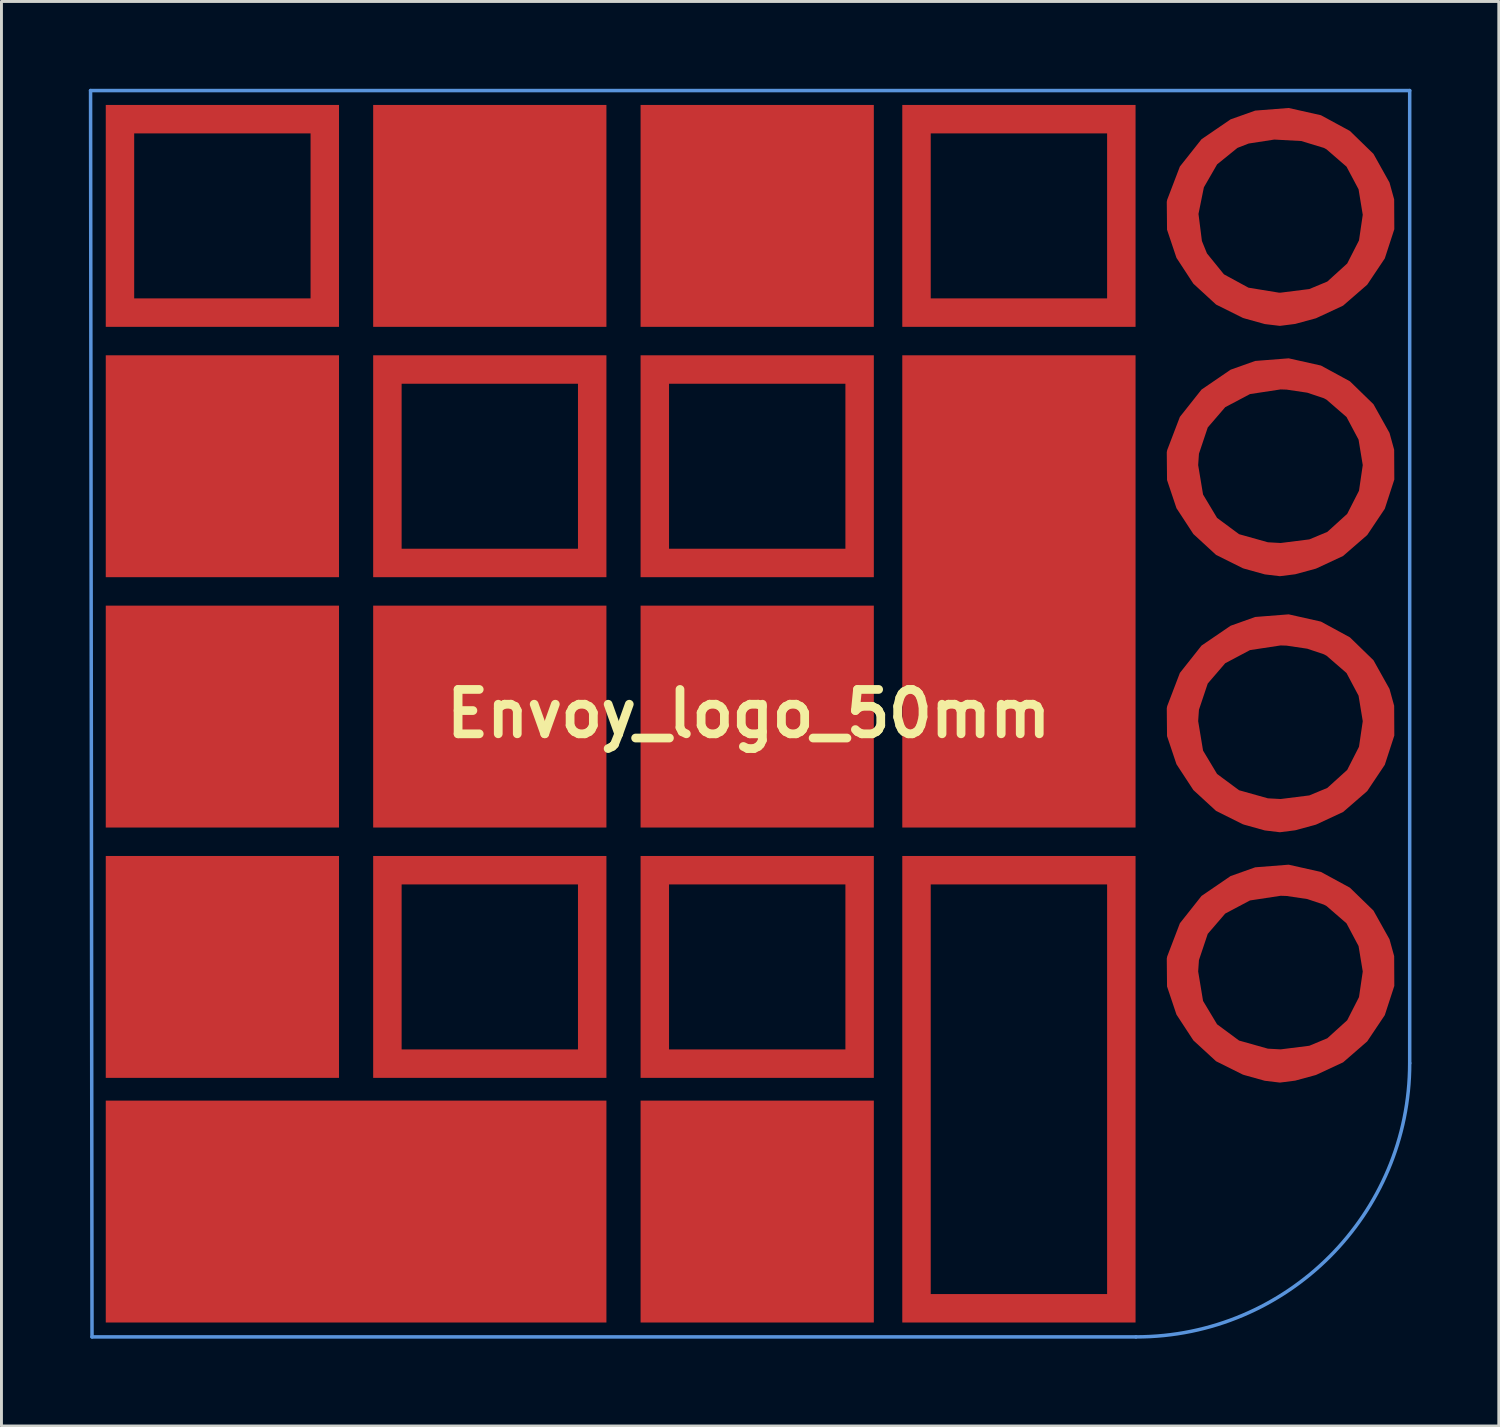
<source format=kicad_pcb>
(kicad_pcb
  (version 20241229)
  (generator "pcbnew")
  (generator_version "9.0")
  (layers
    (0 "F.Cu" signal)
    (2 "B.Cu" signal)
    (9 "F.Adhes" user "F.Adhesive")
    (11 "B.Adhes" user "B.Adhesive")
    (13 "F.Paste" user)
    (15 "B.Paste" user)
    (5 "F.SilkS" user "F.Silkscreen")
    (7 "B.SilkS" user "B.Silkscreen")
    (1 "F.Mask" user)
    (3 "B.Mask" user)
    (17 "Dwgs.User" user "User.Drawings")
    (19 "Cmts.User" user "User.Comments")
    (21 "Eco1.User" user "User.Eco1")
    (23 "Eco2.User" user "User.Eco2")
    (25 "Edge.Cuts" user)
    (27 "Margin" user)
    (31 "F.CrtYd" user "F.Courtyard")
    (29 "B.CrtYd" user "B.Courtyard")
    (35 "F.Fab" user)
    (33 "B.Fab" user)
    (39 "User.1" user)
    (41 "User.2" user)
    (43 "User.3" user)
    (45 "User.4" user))
  (footprint "Envoy_logo_50mm"
    (layer "F.Cu")
    (at 22.66 21.46)
    (property "Reference" "Envoy_logo_50mm" (at 0 0 0) (layer "F.SilkS") (effects (font (size 1.524 1.524) (thickness 0.3))))
    (attr board_only exclude_from_pos_files exclude_from_bom)
    (fp_poly (pts (xy -14.068 -4.689) (xy -22.078 -4.689) (xy -22.078 -12.309) (xy -14.068 -12.309)) (stroke (width 0) (type solid)) (fill yes) (layer "F.Cu"))
    (fp_poly (pts (xy -14.068 3.908) (xy -22.078 3.908) (xy -22.078 -3.712) (xy -14.068 -3.712)) (stroke (width 0) (type solid)) (fill yes) (layer "F.Cu"))
    (fp_poly (pts (xy -14.068 12.505) (xy -22.078 12.505) (xy -22.078 4.885) (xy -14.068 4.885)) (stroke (width 0) (type solid)) (fill yes) (layer "F.Cu"))
    (fp_poly (pts (xy -4.885 -13.286) (xy -12.895 -13.286) (xy -12.895 -20.906) (xy -4.885 -20.906)) (stroke (width 0) (type solid)) (fill yes) (layer "F.Cu"))
    (fp_poly (pts (xy -4.885 3.908) (xy -12.895 3.908) (xy -12.895 -3.712) (xy -4.885 -3.712)) (stroke (width 0) (type solid)) (fill yes) (layer "F.Cu"))
    (fp_poly (pts (xy -4.885 20.906) (xy -22.078 20.906) (xy -22.078 13.286) (xy -4.885 13.286)) (stroke (width 0) (type solid)) (fill yes) (layer "F.Cu"))
    (fp_poly (pts (xy 4.298 -13.286) (xy -3.712 -13.286) (xy -3.712 -20.906) (xy 4.298 -20.906)) (stroke (width 0) (type solid)) (fill yes) (layer "F.Cu"))
    (fp_poly (pts (xy 4.298 3.908) (xy -3.712 3.908) (xy -3.712 -3.712) (xy 4.298 -3.712)) (stroke (width 0) (type solid)) (fill yes) (layer "F.Cu"))
    (fp_poly (pts (xy 4.298 20.906) (xy -3.712 20.906) (xy -3.712 13.286) (xy 4.298 13.286)) (stroke (width 0) (type solid)) (fill yes) (layer "F.Cu"))
    (fp_poly (pts (xy 13.286 3.908) (xy 5.275 3.908) (xy 5.275 -12.309) (xy 13.286 -12.309)) (stroke (width 0) (type solid)) (fill yes) (layer "F.Cu"))
    (fp_poly (pts (xy -14.068 -13.286) (xy -22.078 -13.286) (xy -22.078 -14.263) (xy -21.102 -14.263) (xy -15.045 -14.263) (xy -15.045 -19.929) (xy -21.102 -19.929) (xy -21.102 -14.263) (xy -22.078 -14.263) (xy -22.078 -20.906) (xy -14.068 -20.906)) (stroke (width 0) (type solid)) (fill yes) (layer "F.Cu"))
    (fp_poly (pts (xy -4.885 -4.689) (xy -12.895 -4.689) (xy -12.895 -5.666) (xy -11.918 -5.666) (xy -5.862 -5.666) (xy -5.862 -11.332) (xy -11.918 -11.332) (xy -11.918 -5.666) (xy -12.895 -5.666) (xy -12.895 -12.309) (xy -4.885 -12.309)) (stroke (width 0) (type solid)) (fill yes) (layer "F.Cu"))
    (fp_poly (pts (xy -4.885 12.505) (xy -12.895 12.505) (xy -12.895 11.528) (xy -11.918 11.528) (xy -5.862 11.528) (xy -5.862 5.862) (xy -11.918 5.862) (xy -11.918 11.528) (xy -12.895 11.528) (xy -12.895 4.885) (xy -4.885 4.885)) (stroke (width 0) (type solid)) (fill yes) (layer "F.Cu"))
    (fp_poly (pts (xy 4.298 -4.689) (xy -3.712 -4.689) (xy -3.712 -5.666) (xy -2.735 -5.666) (xy 3.322 -5.666) (xy 3.322 -11.332) (xy -2.735 -11.332) (xy -2.735 -5.666) (xy -3.712 -5.666) (xy -3.712 -12.309) (xy 4.298 -12.309)) (stroke (width 0) (type solid)) (fill yes) (layer "F.Cu"))
    (fp_poly (pts (xy 4.298 12.505) (xy -3.712 12.505) (xy -3.712 11.528) (xy -2.735 11.528) (xy 3.322 11.528) (xy 3.322 5.862) (xy -2.735 5.862) (xy -2.735 11.528) (xy -3.712 11.528) (xy -3.712 4.885) (xy 4.298 4.885)) (stroke (width 0) (type solid)) (fill yes) (layer "F.Cu"))
    (fp_poly (pts (xy 13.286 -13.286) (xy 5.275 -13.286) (xy 5.275 -14.263) (xy 6.252 -14.263) (xy 12.309 -14.263) (xy 12.309 -19.929) (xy 6.252 -19.929) (xy 6.252 -14.263) (xy 5.275 -14.263) (xy 5.275 -20.906) (xy 13.286 -20.906)) (stroke (width 0) (type solid)) (fill yes) (layer "F.Cu"))
    (fp_poly (pts (xy 13.286 20.906) (xy 5.275 20.906) (xy 5.275 19.929) (xy 6.252 19.929) (xy 12.309 19.929) (xy 12.309 5.862) (xy 6.252 5.862) (xy 6.252 19.929) (xy 5.275 19.929) (xy 5.275 4.885) (xy 13.286 4.885)) (stroke (width 0) (type solid)) (fill yes) (layer "F.Cu"))
    (fp_poly (pts (xy 19.652 -20.553) (xy 20.647 -20.013) (xy 21.456 -19.226) (xy 22.007 -18.24) (xy 22.167 -17.662) (xy 22.172 -16.639) (xy 21.845 -15.635) (xy 21.241 -14.733) (xy 20.413 -14.014) (xy 19.481 -13.58) (xy 18.768 -13.386) (xy 18.243 -13.319) (xy 17.725 -13.381) (xy 17.035 -13.573) (xy 16.973 -13.592) (xy 16.051 -14.051) (xy 15.271 -14.768) (xy 14.691 -15.655) (xy 14.367 -16.621) (xy 14.362 -17.164) (xy 15.447 -17.164) (xy 15.565 -16.233) (xy 15.738 -15.808) (xy 16.32 -15.09) (xy 17.163 -14.631) (xy 18.21 -14.46) (xy 18.268 -14.46) (xy 19.253 -14.584) (xy 19.871 -14.841) (xy 20.554 -15.461) (xy 20.959 -16.255) (xy 21.088 -17.134) (xy 20.944 -18.009) (xy 20.53 -18.787) (xy 19.846 -19.38) (xy 19.752 -19.431) (xy 18.976 -19.667) (xy 18.05 -19.717) (xy 17.17 -19.581) (xy 16.785 -19.431) (xy 16.087 -18.866) (xy 15.632 -18.076) (xy 15.447 -17.164) (xy 14.362 -17.164) (xy 14.358 -17.577) (xy 14.372 -17.65) (xy 14.808 -18.791) (xy 15.551 -19.729) (xy 16.549 -20.411) (xy 17.395 -20.712) (xy 18.544 -20.802)) (stroke (width 0) (type solid)) (fill yes) (layer "F.Cu"))
    (fp_poly (pts (xy 19.652 -11.957) (xy 20.647 -11.416) (xy 21.456 -10.629) (xy 22.007 -9.643) (xy 22.167 -9.065) (xy 22.172 -8.042) (xy 21.845 -7.038) (xy 21.241 -6.136) (xy 20.413 -5.417) (xy 19.481 -4.983) (xy 18.768 -4.789) (xy 18.243 -4.723) (xy 17.725 -4.785) (xy 17.035 -4.976) (xy 16.973 -4.995) (xy 16.051 -5.454) (xy 15.271 -6.171) (xy 14.691 -7.058) (xy 14.367 -8.024) (xy 14.362 -8.538) (xy 15.436 -8.538) (xy 15.604 -7.528) (xy 16.085 -6.725) (xy 16.84 -6.166) (xy 17.83 -5.888) (xy 18.268 -5.863) (xy 19.253 -5.987) (xy 19.871 -6.244) (xy 20.554 -6.864) (xy 20.959 -7.658) (xy 21.088 -8.538) (xy 20.944 -9.412) (xy 20.53 -10.19) (xy 19.846 -10.783) (xy 19.752 -10.834) (xy 19.182 -11.025) (xy 18.475 -11.13) (xy 18.268 -11.137) (xy 17.216 -10.977) (xy 16.365 -10.527) (xy 15.765 -9.83) (xy 15.463 -8.929) (xy 15.436 -8.538) (xy 14.362 -8.538) (xy 14.358 -8.98) (xy 14.372 -9.053) (xy 14.808 -10.194) (xy 15.551 -11.132) (xy 16.549 -11.814) (xy 17.395 -12.115) (xy 18.544 -12.205)) (stroke (width 0) (type solid)) (fill yes) (layer "F.Cu"))
    (fp_poly (pts (xy 19.652 -3.164) (xy 20.647 -2.623) (xy 21.456 -1.837) (xy 22.007 -0.851) (xy 22.167 -0.273) (xy 22.172 0.75) (xy 21.845 1.754) (xy 21.241 2.657) (xy 20.413 3.375) (xy 19.481 3.809) (xy 18.768 4.003) (xy 18.243 4.07) (xy 17.725 4.008) (xy 17.035 3.816) (xy 16.973 3.797) (xy 16.051 3.338) (xy 15.271 2.621) (xy 14.691 1.735) (xy 14.367 0.769) (xy 14.362 0.254) (xy 15.436 0.254) (xy 15.604 1.265) (xy 16.085 2.068) (xy 16.84 2.627) (xy 17.83 2.905) (xy 18.268 2.929) (xy 19.253 2.805) (xy 19.871 2.548) (xy 20.554 1.929) (xy 20.959 1.134) (xy 21.088 0.255) (xy 20.944 -0.619) (xy 20.53 -1.398) (xy 19.846 -1.991) (xy 19.752 -2.042) (xy 19.182 -2.233) (xy 18.475 -2.338) (xy 18.268 -2.345) (xy 17.216 -2.185) (xy 16.365 -1.734) (xy 15.765 -1.037) (xy 15.463 -0.137) (xy 15.436 0.254) (xy 14.362 0.254) (xy 14.358 -0.188) (xy 14.372 -0.261) (xy 14.808 -1.401) (xy 15.551 -2.34) (xy 16.549 -3.021) (xy 17.395 -3.323) (xy 18.544 -3.413)) (stroke (width 0) (type solid)) (fill yes) (layer "F.Cu"))
    (fp_poly (pts (xy 19.652 5.433) (xy 20.647 5.974) (xy 21.456 6.76) (xy 22.007 7.746) (xy 22.167 8.324) (xy 22.172 9.347) (xy 21.845 10.351) (xy 21.241 11.253) (xy 20.413 11.972) (xy 19.481 12.406) (xy 18.768 12.6) (xy 18.243 12.667) (xy 17.725 12.605) (xy 17.035 12.413) (xy 16.973 12.394) (xy 16.051 11.935) (xy 15.271 11.218) (xy 14.691 10.332) (xy 14.367 9.366) (xy 14.362 8.851) (xy 15.436 8.851) (xy 15.604 9.862) (xy 16.085 10.665) (xy 16.84 11.223) (xy 17.83 11.502) (xy 18.268 11.526) (xy 19.253 11.402) (xy 19.871 11.145) (xy 20.554 10.526) (xy 20.959 9.731) (xy 21.088 8.852) (xy 20.944 7.978) (xy 20.53 7.199) (xy 19.846 6.606) (xy 19.752 6.555) (xy 19.182 6.364) (xy 18.475 6.259) (xy 18.268 6.252) (xy 17.216 6.412) (xy 16.365 6.863) (xy 15.765 7.56) (xy 15.463 8.46) (xy 15.436 8.851) (xy 14.362 8.851) (xy 14.358 8.409) (xy 14.372 8.336) (xy 14.808 7.196) (xy 15.551 6.257) (xy 16.549 5.575) (xy 17.395 5.274) (xy 18.544 5.184)) (stroke (width 0) (type solid)) (fill yes) (layer "F.Cu"))
    (fp_line (start -22.6 -21.4) (end -22.55 21.4) (stroke (width 0.12) (type solid)) (layer "Cmts.User"))
    (fp_line (start -22.6 -21.4) (end 22.7 -21.4) (stroke (width 0.12) (type solid)) (layer "Cmts.User"))
    (fp_line (start -22.55 21.4) (end 13.3 21.4) (stroke (width 0.12) (type solid)) (layer "Cmts.User"))
    (fp_line (start 22.7 -21.4) (end 22.7 12) (stroke (width 0.12) (type solid)) (layer "Cmts.User"))
    (fp_arc (start 22.7 12) (mid 19.946804 18.646802) (end 13.300002 21.399998) (stroke (width 0.12) (type solid)) (layer "Cmts.User"))
    (zone (net_name "") (layer "F.Cu") (hatch edge 0.508) (connect_pads) (min_thickness 0.254) (filled_areas_thickness no) (keepout (tracks allowed) (vias allowed) (pads allowed) (copperpour not_allowed) (footprints allowed)) (placement (enabled no)) (fill) (polygon (pts (xy 45.36 33.46) (xy 45.35 33.84) (xy 45.33 34.26) (xy 45.25 34.86) (xy 45.18 35.28) (xy 45.1 35.63) (xy 45.01 35.97) (xy 44.93 36.24) (xy 44.83 36.56) (xy 44.74 36.81) (xy 44.61 37.12) (xy 44.47 37.43) (xy 44.31 37.76) (xy 44.18 38) (xy 43.99 38.33) (xy 43.8 38.64) (xy 43.59 38.94) (xy 43.39 39.21) (xy 43.14 39.52) (xy 42.95 39.74) (xy 42.72 39.99) (xy 42.42 40.28) (xy 42.17 40.51) (xy 41.84 40.78) (xy 41.57 40.99) (xy 41.24 41.23) (xy 40.95 41.42) (xy 40.64 41.61) (xy 40.37 41.75) (xy 40 41.94) (xy 39.7 42.08) (xy 39.35 42.22) (xy 39.01 42.35) (xy 38.56 42.49) (xy 38.05 42.62) (xy 37.73 42.69) (xy 37.39 42.75) (xy 37.08 42.79) (xy 36.6 42.84) (xy 35.96 42.86) (xy 0.11 42.86) (xy 0.06 0.06) (xy 45.36 0.06)))))
  (gr_rect
    (start -3 -3)
    (end 48.42 45.92)
    (stroke (width 0.1) (type default))
    (fill no)
    (layer "Edge.Cuts")))
</source>
